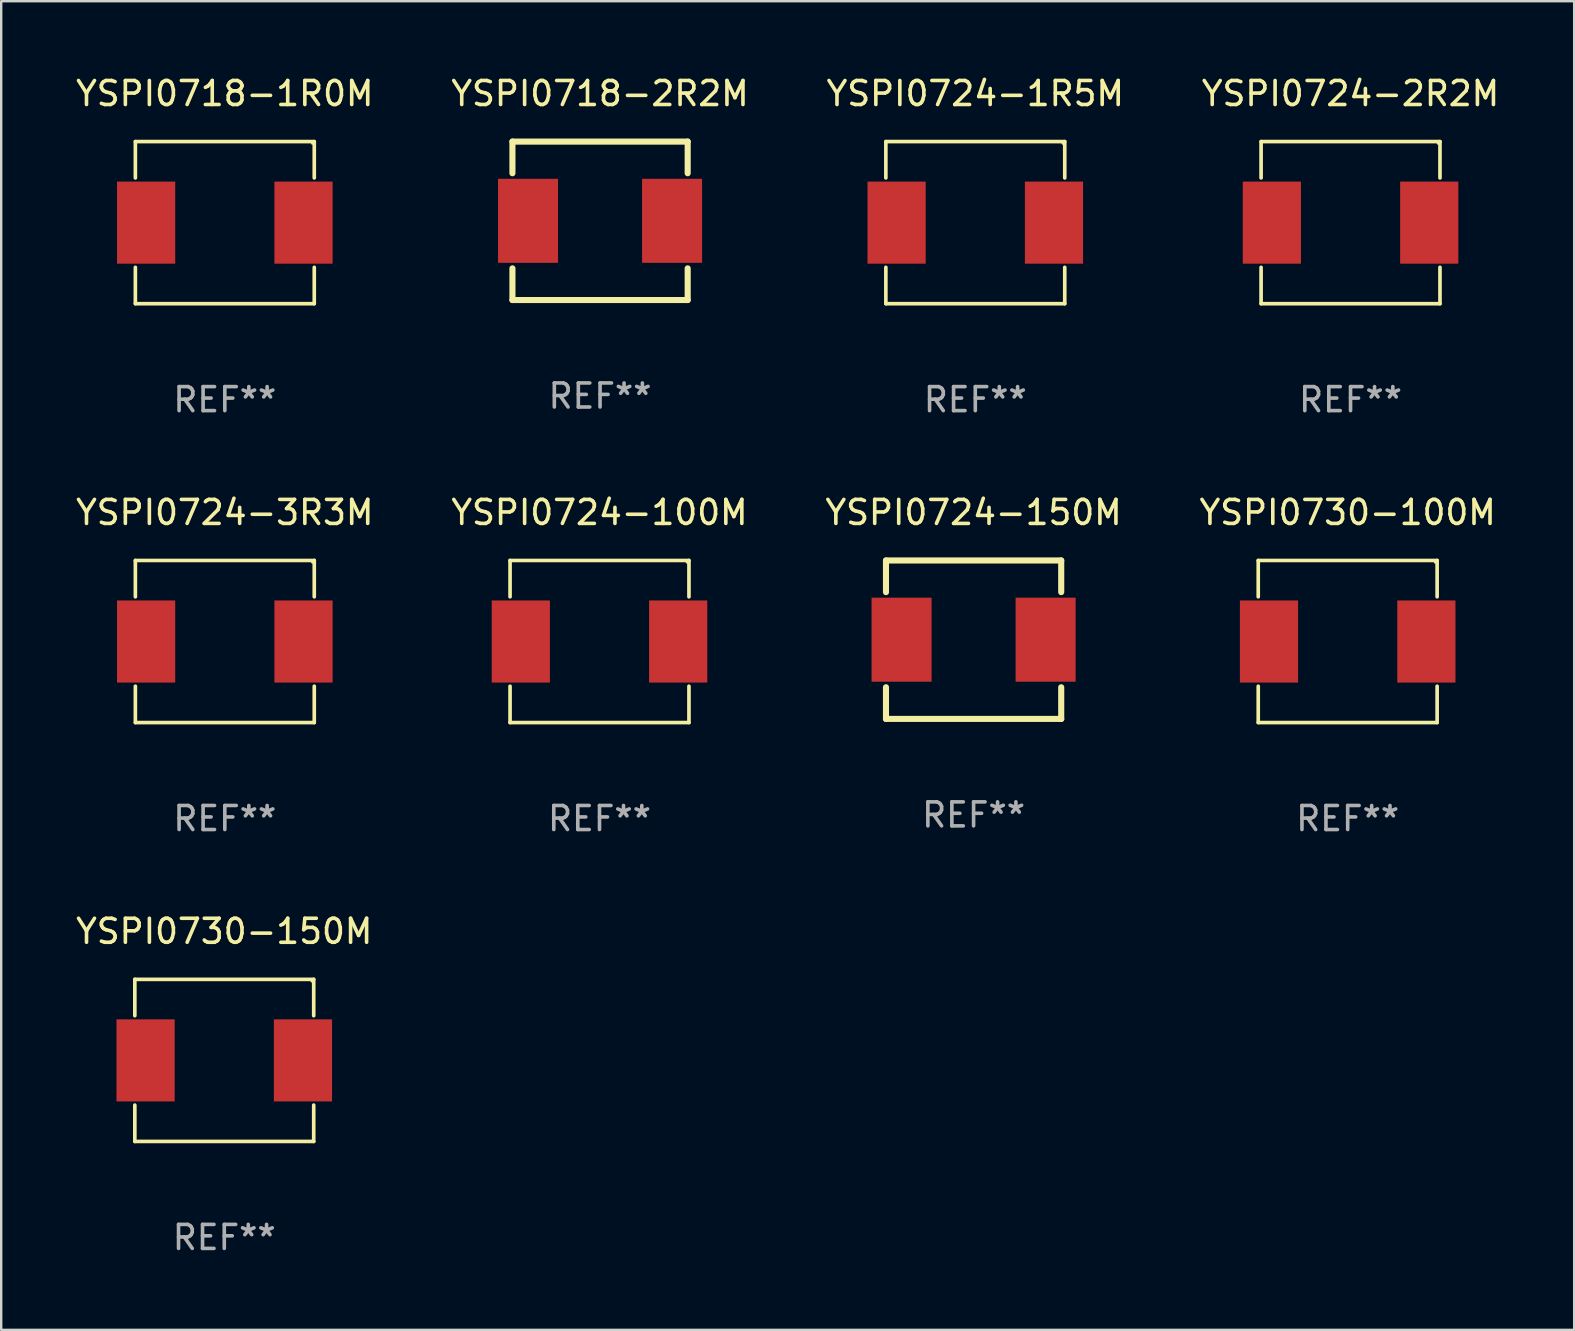
<source format=kicad_pcb>
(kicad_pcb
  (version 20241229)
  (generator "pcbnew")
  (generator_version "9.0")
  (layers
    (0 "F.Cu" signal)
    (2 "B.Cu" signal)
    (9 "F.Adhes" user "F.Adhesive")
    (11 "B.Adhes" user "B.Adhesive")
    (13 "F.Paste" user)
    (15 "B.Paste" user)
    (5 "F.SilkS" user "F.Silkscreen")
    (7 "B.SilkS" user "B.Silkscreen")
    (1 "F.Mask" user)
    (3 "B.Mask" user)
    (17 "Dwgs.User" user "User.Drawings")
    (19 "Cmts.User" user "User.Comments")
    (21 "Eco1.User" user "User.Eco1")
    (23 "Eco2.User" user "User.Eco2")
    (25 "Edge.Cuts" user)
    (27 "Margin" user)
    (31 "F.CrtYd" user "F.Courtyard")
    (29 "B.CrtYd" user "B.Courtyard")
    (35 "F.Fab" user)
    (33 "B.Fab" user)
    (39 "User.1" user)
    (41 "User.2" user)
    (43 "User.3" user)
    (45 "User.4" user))
  (footprint "YSPI0724-150M"
    (layer "F.Cu")
    (at 37.506 23.597)
    (property "Reference" "YSPI0724-150M" (at 0 -5.3 0) (layer "F.SilkS") (effects (font (size 1 1) (thickness 0.15))))
    (attr through_hole)
    (fp_line (start -3.65 -3.3) (end 3.65 -3.3) (stroke (width 0.254) (type solid)) (layer "F.SilkS"))
    (fp_line (start -3.65 -1.981) (end -3.65 -3.3) (stroke (width 0.254) (type solid)) (layer "F.SilkS"))
    (fp_line (start -3.65 3.3) (end -3.65 1.981) (stroke (width 0.254) (type solid)) (layer "F.SilkS"))
    (fp_line (start 3.65 -3.3) (end 3.65 -1.981) (stroke (width 0.254) (type solid)) (layer "F.SilkS"))
    (fp_line (start 3.65 1.981) (end 3.65 3.3) (stroke (width 0.254) (type solid)) (layer "F.SilkS"))
    (fp_line (start 3.65 3.3) (end -3.65 3.3) (stroke (width 0.254) (type solid)) (layer "F.SilkS"))
    (fp_circle (center -3.65 3.3) (end -3.62 3.3) (stroke (width 0.06) (type solid)) (fill no) (layer "F.SilkS"))
    (fp_text user "REF**" (at 0 7.3 0) (layer "F.Fab") (effects (font (size 1 1) (thickness 0.15))))
    (pad "1" smd rect (at -3 0) (size 2.5 3.5) (layers "F.Cu" "F.Mask" "F.Paste"))
    (pad "2" smd rect (at 3 0) (size 2.5 3.5) (layers "F.Cu" "F.Mask" "F.Paste")))
  (footprint "YSPI0718-1R0M"
    (layer "F.Cu")
    (at 6.315 6.224)
    (property "Reference" "YSPI0718-1R0M" (at 0 -5.376 0) (layer "F.SilkS") (effects (font (size 1 1) (thickness 0.15))))
    (attr through_hole)
    (fp_line (start -3.726 -3.376) (end 3.726 -3.376) (stroke (width 0.152) (type solid)) (layer "F.SilkS"))
    (fp_line (start -3.726 -1.862) (end -3.726 -3.376) (stroke (width 0.152) (type solid)) (layer "F.SilkS"))
    (fp_line (start -3.726 1.862) (end -3.726 3.376) (stroke (width 0.152) (type solid)) (layer "F.SilkS"))
    (fp_line (start -3.726 3.376) (end 3.726 3.376) (stroke (width 0.152) (type solid)) (layer "F.SilkS"))
    (fp_line (start 3.726 -3.376) (end 3.726 -1.862) (stroke (width 0.152) (type solid)) (layer "F.SilkS"))
    (fp_line (start 3.726 3.376) (end 3.726 1.862) (stroke (width 0.152) (type solid)) (layer "F.SilkS"))
    (fp_circle (center 3.65 -3.3) (end 3.68 -3.3) (stroke (width 0.06) (type solid)) (fill no) (layer "F.SilkS"))
    (fp_text user "REF**" (at 0 7.376 0) (layer "F.Fab") (effects (font (size 1 1) (thickness 0.15))))
    (pad "1" smd rect (at 3.278 0) (size 2.424 3.42) (layers "F.Cu" "F.Mask" "F.Paste"))
    (pad "2" smd rect (at -3.278 0) (size 2.424 3.42) (layers "F.Cu" "F.Mask" "F.Paste")))
  (footprint "YSPI0730-100M"
    (layer "F.Cu")
    (at 53.089 23.673)
    (property "Reference" "YSPI0730-100M" (at 0 -5.376 0) (layer "F.SilkS") (effects (font (size 1 1) (thickness 0.15))))
    (attr through_hole)
    (fp_line (start -3.726 -3.376) (end 3.726 -3.376) (stroke (width 0.152) (type solid)) (layer "F.SilkS"))
    (fp_line (start -3.726 -1.862) (end -3.726 -3.376) (stroke (width 0.152) (type solid)) (layer "F.SilkS"))
    (fp_line (start -3.726 1.862) (end -3.726 3.376) (stroke (width 0.152) (type solid)) (layer "F.SilkS"))
    (fp_line (start -3.726 3.376) (end 3.726 3.376) (stroke (width 0.152) (type solid)) (layer "F.SilkS"))
    (fp_line (start 3.726 -3.376) (end 3.726 -1.862) (stroke (width 0.152) (type solid)) (layer "F.SilkS"))
    (fp_line (start 3.726 3.376) (end 3.726 1.862) (stroke (width 0.152) (type solid)) (layer "F.SilkS"))
    (fp_circle (center 3.65 -3.3) (end 3.68 -3.3) (stroke (width 0.06) (type solid)) (fill no) (layer "F.SilkS"))
    (fp_text user "REF**" (at 0 7.376 0) (layer "F.Fab") (effects (font (size 1 1) (thickness 0.15))))
    (pad "1" smd rect (at 3.278 0) (size 2.424 3.42) (layers "F.Cu" "F.Mask" "F.Paste"))
    (pad "2" smd rect (at -3.278 0) (size 2.424 3.42) (layers "F.Cu" "F.Mask" "F.Paste")))
  (footprint "YSPI0724-3R3M"
    (layer "F.Cu")
    (at 6.315 23.673)
    (property "Reference" "YSPI0724-3R3M" (at 0 -5.376 0) (layer "F.SilkS") (effects (font (size 1 1) (thickness 0.15))))
    (attr through_hole)
    (fp_line (start -3.726 -3.376) (end 3.726 -3.376) (stroke (width 0.152) (type solid)) (layer "F.SilkS"))
    (fp_line (start -3.726 -1.862) (end -3.726 -3.376) (stroke (width 0.152) (type solid)) (layer "F.SilkS"))
    (fp_line (start -3.726 1.862) (end -3.726 3.376) (stroke (width 0.152) (type solid)) (layer "F.SilkS"))
    (fp_line (start -3.726 3.376) (end 3.726 3.376) (stroke (width 0.152) (type solid)) (layer "F.SilkS"))
    (fp_line (start 3.726 -3.376) (end 3.726 -1.862) (stroke (width 0.152) (type solid)) (layer "F.SilkS"))
    (fp_line (start 3.726 3.376) (end 3.726 1.862) (stroke (width 0.152) (type solid)) (layer "F.SilkS"))
    (fp_circle (center 3.65 -3.3) (end 3.68 -3.3) (stroke (width 0.06) (type solid)) (fill no) (layer "F.SilkS"))
    (fp_text user "REF**" (at 0 7.376 0) (layer "F.Fab") (effects (font (size 1 1) (thickness 0.15))))
    (pad "1" smd rect (at 3.278 0) (size 2.424 3.42) (layers "F.Cu" "F.Mask" "F.Paste"))
    (pad "2" smd rect (at -3.278 0) (size 2.424 3.42) (layers "F.Cu" "F.Mask" "F.Paste")))
  (footprint "YSPI0724-100M"
    (layer "F.Cu")
    (at 21.923 23.673)
    (property "Reference" "YSPI0724-100M" (at 0 -5.376 0) (layer "F.SilkS") (effects (font (size 1 1) (thickness 0.15))))
    (attr through_hole)
    (fp_line (start -3.726 -3.376) (end 3.726 -3.376) (stroke (width 0.152) (type solid)) (layer "F.SilkS"))
    (fp_line (start -3.726 -1.862) (end -3.726 -3.376) (stroke (width 0.152) (type solid)) (layer "F.SilkS"))
    (fp_line (start -3.726 1.862) (end -3.726 3.376) (stroke (width 0.152) (type solid)) (layer "F.SilkS"))
    (fp_line (start -3.726 3.376) (end 3.726 3.376) (stroke (width 0.152) (type solid)) (layer "F.SilkS"))
    (fp_line (start 3.726 -3.376) (end 3.726 -1.862) (stroke (width 0.152) (type solid)) (layer "F.SilkS"))
    (fp_line (start 3.726 3.376) (end 3.726 1.862) (stroke (width 0.152) (type solid)) (layer "F.SilkS"))
    (fp_circle (center 3.65 -3.3) (end 3.68 -3.3) (stroke (width 0.06) (type solid)) (fill no) (layer "F.SilkS"))
    (fp_text user "REF**" (at 0 7.376 0) (layer "F.Fab") (effects (font (size 1 1) (thickness 0.15))))
    (pad "1" smd rect (at 3.278 0) (size 2.424 3.42) (layers "F.Cu" "F.Mask" "F.Paste"))
    (pad "2" smd rect (at -3.278 0) (size 2.424 3.42) (layers "F.Cu" "F.Mask" "F.Paste")))
  (footprint "YSPI0724-2R2M"
    (layer "F.Cu")
    (at 53.208 6.224)
    (property "Reference" "YSPI0724-2R2M" (at 0 -5.376 0) (layer "F.SilkS") (effects (font (size 1 1) (thickness 0.15))))
    (attr through_hole)
    (fp_line (start -3.726 -3.376) (end 3.726 -3.376) (stroke (width 0.152) (type solid)) (layer "F.SilkS"))
    (fp_line (start -3.726 -1.862) (end -3.726 -3.376) (stroke (width 0.152) (type solid)) (layer "F.SilkS"))
    (fp_line (start -3.726 1.862) (end -3.726 3.376) (stroke (width 0.152) (type solid)) (layer "F.SilkS"))
    (fp_line (start -3.726 3.376) (end 3.726 3.376) (stroke (width 0.152) (type solid)) (layer "F.SilkS"))
    (fp_line (start 3.726 -3.376) (end 3.726 -1.862) (stroke (width 0.152) (type solid)) (layer "F.SilkS"))
    (fp_line (start 3.726 3.376) (end 3.726 1.862) (stroke (width 0.152) (type solid)) (layer "F.SilkS"))
    (fp_circle (center 3.65 -3.3) (end 3.68 -3.3) (stroke (width 0.06) (type solid)) (fill no) (layer "F.SilkS"))
    (fp_text user "REF**" (at 0 7.376 0) (layer "F.Fab") (effects (font (size 1 1) (thickness 0.15))))
    (pad "1" smd rect (at 3.278 0) (size 2.424 3.42) (layers "F.Cu" "F.Mask" "F.Paste"))
    (pad "2" smd rect (at -3.278 0) (size 2.424 3.42) (layers "F.Cu" "F.Mask" "F.Paste")))
  (footprint "YSPI0724-1R5M"
    (layer "F.Cu")
    (at 37.577 6.224)
    (property "Reference" "YSPI0724-1R5M" (at 0 -5.376 0) (layer "F.SilkS") (effects (font (size 1 1) (thickness 0.15))))
    (attr through_hole)
    (fp_line (start -3.726 -3.376) (end 3.726 -3.376) (stroke (width 0.152) (type solid)) (layer "F.SilkS"))
    (fp_line (start -3.726 -1.862) (end -3.726 -3.376) (stroke (width 0.152) (type solid)) (layer "F.SilkS"))
    (fp_line (start -3.726 1.862) (end -3.726 3.376) (stroke (width 0.152) (type solid)) (layer "F.SilkS"))
    (fp_line (start -3.726 3.376) (end 3.726 3.376) (stroke (width 0.152) (type solid)) (layer "F.SilkS"))
    (fp_line (start 3.726 -3.376) (end 3.726 -1.862) (stroke (width 0.152) (type solid)) (layer "F.SilkS"))
    (fp_line (start 3.726 3.376) (end 3.726 1.862) (stroke (width 0.152) (type solid)) (layer "F.SilkS"))
    (fp_circle (center 3.65 -3.3) (end 3.68 -3.3) (stroke (width 0.06) (type solid)) (fill no) (layer "F.SilkS"))
    (fp_text user "REF**" (at 0 7.376 0) (layer "F.Fab") (effects (font (size 1 1) (thickness 0.15))))
    (pad "1" smd rect (at 3.278 0) (size 2.424 3.42) (layers "F.Cu" "F.Mask" "F.Paste"))
    (pad "2" smd rect (at -3.278 0) (size 2.424 3.42) (layers "F.Cu" "F.Mask" "F.Paste")))
  (footprint "YSPI0730-150M"
    (layer "F.Cu")
    (at 6.292 41.122)
    (property "Reference" "YSPI0730-150M" (at 0 -5.376 0) (layer "F.SilkS") (effects (font (size 1 1) (thickness 0.15))))
    (attr through_hole)
    (fp_line (start -3.726 -3.376) (end 3.726 -3.376) (stroke (width 0.152) (type solid)) (layer "F.SilkS"))
    (fp_line (start -3.726 -1.862) (end -3.726 -3.376) (stroke (width 0.152) (type solid)) (layer "F.SilkS"))
    (fp_line (start -3.726 1.862) (end -3.726 3.376) (stroke (width 0.152) (type solid)) (layer "F.SilkS"))
    (fp_line (start -3.726 3.376) (end 3.726 3.376) (stroke (width 0.152) (type solid)) (layer "F.SilkS"))
    (fp_line (start 3.726 -3.376) (end 3.726 -1.862) (stroke (width 0.152) (type solid)) (layer "F.SilkS"))
    (fp_line (start 3.726 3.376) (end 3.726 1.862) (stroke (width 0.152) (type solid)) (layer "F.SilkS"))
    (fp_circle (center 3.65 -3.3) (end 3.68 -3.3) (stroke (width 0.06) (type solid)) (fill no) (layer "F.SilkS"))
    (fp_text user "REF**" (at 0 7.376 0) (layer "F.Fab") (effects (font (size 1 1) (thickness 0.15))))
    (pad "1" smd rect (at 3.278 0) (size 2.424 3.42) (layers "F.Cu" "F.Mask" "F.Paste"))
    (pad "2" smd rect (at -3.278 0) (size 2.424 3.42) (layers "F.Cu" "F.Mask" "F.Paste")))
  (footprint "YSPI0718-2R2M"
    (layer "F.Cu")
    (at 21.946 6.148)
    (property "Reference" "YSPI0718-2R2M" (at 0 -5.3 0) (layer "F.SilkS") (effects (font (size 1 1) (thickness 0.15))))
    (attr through_hole)
    (fp_line (start -3.65 -3.3) (end 3.65 -3.3) (stroke (width 0.254) (type solid)) (layer "F.SilkS"))
    (fp_line (start -3.65 -1.981) (end -3.65 -3.3) (stroke (width 0.254) (type solid)) (layer "F.SilkS"))
    (fp_line (start -3.65 3.3) (end -3.65 1.981) (stroke (width 0.254) (type solid)) (layer "F.SilkS"))
    (fp_line (start 3.65 -3.3) (end 3.65 -1.981) (stroke (width 0.254) (type solid)) (layer "F.SilkS"))
    (fp_line (start 3.65 1.981) (end 3.65 3.3) (stroke (width 0.254) (type solid)) (layer "F.SilkS"))
    (fp_line (start 3.65 3.3) (end -3.65 3.3) (stroke (width 0.254) (type solid)) (layer "F.SilkS"))
    (fp_circle (center -3.65 3.3) (end -3.62 3.3) (stroke (width 0.06) (type solid)) (fill no) (layer "F.SilkS"))
    (fp_text user "REF**" (at 0 7.3 0) (layer "F.Fab") (effects (font (size 1 1) (thickness 0.15))))
    (pad "1" smd rect (at -3 0) (size 2.5 3.5) (layers "F.Cu" "F.Mask" "F.Paste"))
    (pad "2" smd rect (at 3 0) (size 2.5 3.5) (layers "F.Cu" "F.Mask" "F.Paste")))
  (gr_rect
    (start -3 -3)
    (end 62.524 52.347)
    (stroke (width 0.1) (type default))
    (fill no)
    (layer "Edge.Cuts")))
</source>
